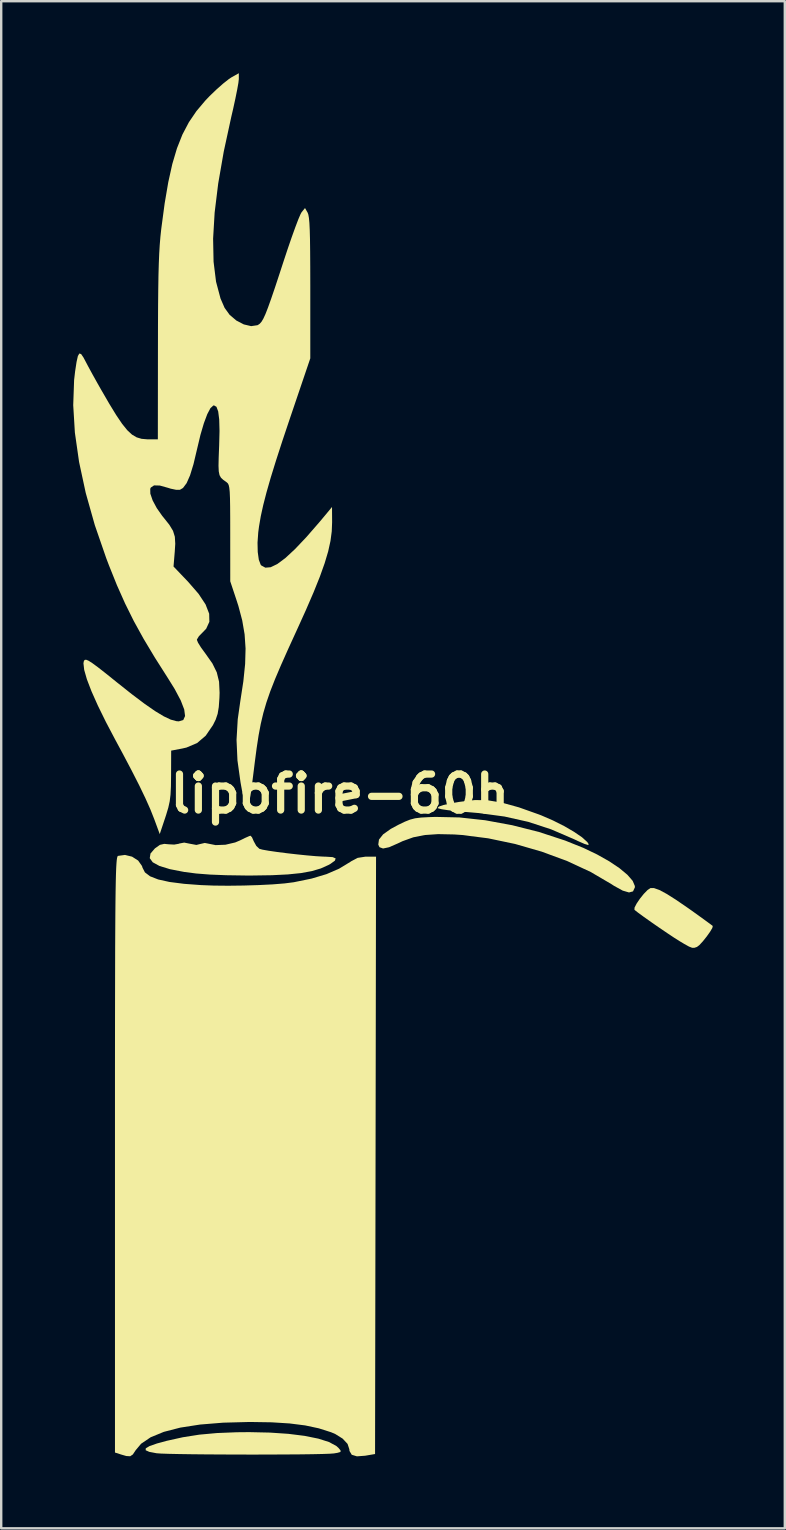
<source format=kicad_pcb>
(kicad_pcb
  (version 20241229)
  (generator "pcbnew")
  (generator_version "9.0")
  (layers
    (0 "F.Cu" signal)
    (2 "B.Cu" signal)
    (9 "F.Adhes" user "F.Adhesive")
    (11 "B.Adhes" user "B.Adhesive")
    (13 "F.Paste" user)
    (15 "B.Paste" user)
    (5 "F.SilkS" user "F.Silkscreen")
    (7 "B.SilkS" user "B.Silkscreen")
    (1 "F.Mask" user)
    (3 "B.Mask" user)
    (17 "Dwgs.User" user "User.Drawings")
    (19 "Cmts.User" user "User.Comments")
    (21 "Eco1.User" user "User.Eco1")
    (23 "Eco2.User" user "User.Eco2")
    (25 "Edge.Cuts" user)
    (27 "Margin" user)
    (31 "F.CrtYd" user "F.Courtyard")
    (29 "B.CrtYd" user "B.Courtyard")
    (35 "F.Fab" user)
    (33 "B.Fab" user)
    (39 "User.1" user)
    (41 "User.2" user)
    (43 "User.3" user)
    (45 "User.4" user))
  (footprint "lipofire-60h"
    (layer "F.Cu")
    (at 11.105 30.014)
    (property "Reference" "lipofire-60h" (at 0 0 0) (layer "F.SilkS") (effects (font (size 1.5 1.5) (thickness 0.3))))
    (attr board_only exclude_from_pos_files exclude_from_bom)
    (fp_poly (pts (xy 6.144 0.269) (xy 6.751 0.37) (xy 7.463 0.567) (xy 8.29 0.861) (xy 8.399 0.903) (xy 8.878 1.111) (xy 9.341 1.344) (xy 9.756 1.585) (xy 10.089 1.813) (xy 10.306 2.009) (xy 10.312 2.016) (xy 10.372 2.108) (xy 10.336 2.133) (xy 10.191 2.089) (xy 9.926 1.973) (xy 9.763 1.896) (xy 8.804 1.483) (xy 7.853 1.171) (xy 6.863 0.949) (xy 5.788 0.804) (xy 5.365 0.768) (xy 4.891 0.728) (xy 4.507 0.685) (xy 4.233 0.643) (xy 4.089 0.604) (xy 4.073 0.59) (xy 4.13 0.533) (xy 4.318 0.468) (xy 4.609 0.402) (xy 4.976 0.339) (xy 5.391 0.286) (xy 5.636 0.262)) (stroke (width 0) (type solid)) (fill yes) (layer "F.SilkS"))
    (fp_poly (pts (xy 13.087 3.929) (xy 13.306 4.006) (xy 13.608 4.167) (xy 14.006 4.418) (xy 14.51 4.764) (xy 14.673 4.879) (xy 14.986 5.104) (xy 15.251 5.296) (xy 15.442 5.436) (xy 15.533 5.505) (xy 15.535 5.508) (xy 15.517 5.59) (xy 15.422 5.75) (xy 15.28 5.949) (xy 15.122 6.147) (xy 14.976 6.305) (xy 14.876 6.381) (xy 14.77 6.416) (xy 14.673 6.415) (xy 14.546 6.366) (xy 14.348 6.256) (xy 14.164 6.146) (xy 13.94 6.005) (xy 13.644 5.808) (xy 13.308 5.58) (xy 12.969 5.345) (xy 12.66 5.126) (xy 12.416 4.947) (xy 12.273 4.835) (xy 12.276 4.743) (xy 12.362 4.576) (xy 12.5 4.372) (xy 12.662 4.17) (xy 12.819 4.009) (xy 12.941 3.928)) (stroke (width 0) (type solid)) (fill yes) (layer "F.SilkS"))
    (fp_poly (pts (xy -2.915 26.61) (xy -2.142 26.662) (xy -1.464 26.747) (xy -0.895 26.862) (xy -0.45 27.003) (xy -0.142 27.17) (xy -0.05 27.254) (xy 0.034 27.36) (xy 0.027 27.417) (xy -0.097 27.453) (xy -0.249 27.478) (xy -0.413 27.49) (xy -0.714 27.501) (xy -1.133 27.51) (xy -1.647 27.517) (xy -2.236 27.521) (xy -2.879 27.524) (xy -3.555 27.526) (xy -4.243 27.525) (xy -4.922 27.522) (xy -5.571 27.518) (xy -6.168 27.512) (xy -6.694 27.504) (xy -7.127 27.495) (xy -7.446 27.484) (xy -7.63 27.471) (xy -7.637 27.47) (xy -7.937 27.413) (xy -8.086 27.346) (xy -8.084 27.266) (xy -7.928 27.173) (xy -7.618 27.064) (xy -7.218 26.955) (xy -6.538 26.804) (xy -5.852 26.696) (xy -5.118 26.629) (xy -4.294 26.596) (xy -3.77 26.591)) (stroke (width 0) (type solid)) (fill yes) (layer "F.SilkS"))
    (fp_poly (pts (xy 4.981 0.986) (xy 6.059 1.104) (xy 7.18 1.31) (xy 8.303 1.594) (xy 9.388 1.95) (xy 10.147 2.255) (xy 10.716 2.528) (xy 11.222 2.813) (xy 11.649 3.1) (xy 11.98 3.376) (xy 12.199 3.628) (xy 12.29 3.843) (xy 12.29 3.901) (xy 12.213 4.066) (xy 12.046 4.111) (xy 11.783 4.034) (xy 11.423 3.836) (xy 11.311 3.763) (xy 10.45 3.258) (xy 9.471 2.803) (xy 8.409 2.411) (xy 7.3 2.091) (xy 6.18 1.856) (xy 5.085 1.717) (xy 4.763 1.695) (xy 4.096 1.681) (xy 3.542 1.719) (xy 3.061 1.814) (xy 2.614 1.975) (xy 2.41 2.071) (xy 2.051 2.228) (xy 1.801 2.28) (xy 1.652 2.226) (xy 1.602 2.118) (xy 1.631 1.908) (xy 1.802 1.692) (xy 2.122 1.464) (xy 2.435 1.295) (xy 2.707 1.164) (xy 2.925 1.077) (xy 3.135 1.022) (xy 3.383 0.991) (xy 3.716 0.973) (xy 3.983 0.964)) (stroke (width 0) (type solid)) (fill yes) (layer "F.SilkS"))
    (fp_poly (pts (xy -3.659 1.813) (xy -3.588 1.973) (xy -3.586 1.978) (xy -3.478 2.173) (xy -3.35 2.293) (xy -3.222 2.328) (xy -2.969 2.373) (xy -2.624 2.423) (xy -2.22 2.475) (xy -1.792 2.524) (xy -1.371 2.567) (xy -0.992 2.6) (xy -0.688 2.618) (xy -0.578 2.621) (xy -0.299 2.639) (xy -0.174 2.693) (xy -0.204 2.785) (xy -0.386 2.918) (xy -0.477 2.969) (xy -0.79 3.11) (xy -1.164 3.221) (xy -1.617 3.304) (xy -2.167 3.36) (xy -2.833 3.393) (xy -3.632 3.405) (xy -3.929 3.405) (xy -4.735 3.393) (xy -5.411 3.366) (xy -5.984 3.321) (xy -6.482 3.257) (xy -6.485 3.256) (xy -7.077 3.141) (xy -7.513 3.007) (xy -7.793 2.854) (xy -7.917 2.682) (xy -7.886 2.489) (xy -7.701 2.275) (xy -7.692 2.268) (xy -7.493 2.128) (xy -7.311 2.087) (xy -7.138 2.104) (xy -6.9 2.117) (xy -6.706 2.083) (xy -6.686 2.073) (xy -6.483 2.034) (xy -6.237 2.083) (xy -5.974 2.132) (xy -5.808 2.091) (xy -5.625 2.049) (xy -5.517 2.07) (xy -5.173 2.139) (xy -4.764 2.123) (xy -4.358 2.028) (xy -4.161 1.945) (xy -3.936 1.835) (xy -3.772 1.763) (xy -3.719 1.747)) (stroke (width 0) (type solid)) (fill yes) (layer "F.SilkS"))
    (fp_poly (pts (xy -8.654 2.62) (xy -8.401 2.782) (xy -8.24 3.009) (xy -8.219 3.079) (xy -8.118 3.275) (xy -7.903 3.438) (xy -7.565 3.57) (xy -7.095 3.674) (xy -6.485 3.752) (xy -5.788 3.804) (xy -5.251 3.825) (xy -4.647 3.831) (xy -4.013 3.823) (xy -3.387 3.804) (xy -2.806 3.775) (xy -2.307 3.735) (xy -1.929 3.687) (xy -1.921 3.686) (xy -1.175 3.533) (xy -0.555 3.348) (xy -0.03 3.121) (xy 0.433 2.84) (xy 0.468 2.815) (xy 0.743 2.67) (xy 1.068 2.62) (xy 1.123 2.619) (xy 1.509 2.619) (xy 1.489 15.061) (xy 1.468 27.503) (xy 1.053 27.574) (xy 0.712 27.599) (xy 0.497 27.534) (xy 0.403 27.376) (xy 0.397 27.306) (xy 0.323 27.082) (xy 0.117 26.861) (xy -0.193 26.668) (xy -0.365 26.595) (xy -0.878 26.432) (xy -1.445 26.311) (xy -2.093 26.229) (xy -2.845 26.182) (xy -3.728 26.168) (xy -3.77 26.168) (xy -4.86 26.197) (xy -5.819 26.275) (xy -6.645 26.403) (xy -7.332 26.58) (xy -7.878 26.804) (xy -8.278 27.075) (xy -8.504 27.345) (xy -8.621 27.521) (xy -8.733 27.596) (xy -8.894 27.586) (xy -9.108 27.524) (xy -9.366 27.441) (xy -9.366 15.039) (xy -9.366 13.389) (xy -9.366 11.89) (xy -9.365 10.536) (xy -9.364 9.319) (xy -9.362 8.231) (xy -9.36 7.266) (xy -9.358 6.417) (xy -9.354 5.676) (xy -9.35 5.036) (xy -9.345 4.489) (xy -9.339 4.029) (xy -9.332 3.648) (xy -9.324 3.339) (xy -9.315 3.095) (xy -9.304 2.909) (xy -9.293 2.773) (xy -9.28 2.68) (xy -9.265 2.622) (xy -9.249 2.594) (xy -9.241 2.588) (xy -8.95 2.548)) (stroke (width 0) (type solid)) (fill yes) (layer "F.SilkS"))
    (fp_poly (pts (xy -4.207 -29.769) (xy -4.225 -29.611) (xy -4.275 -29.331) (xy -4.35 -28.959) (xy -4.444 -28.527) (xy -4.521 -28.196) (xy -4.835 -26.749) (xy -5.066 -25.419) (xy -5.214 -24.21) (xy -5.278 -23.124) (xy -5.259 -22.164) (xy -5.156 -21.331) (xy -4.969 -20.629) (xy -4.8 -20.241) (xy -4.591 -19.951) (xy -4.312 -19.714) (xy -4 -19.551) (xy -3.693 -19.479) (xy -3.43 -19.518) (xy -3.405 -19.531) (xy -3.333 -19.581) (xy -3.262 -19.662) (xy -3.186 -19.79) (xy -3.098 -19.98) (xy -2.993 -20.249) (xy -2.863 -20.612) (xy -2.702 -21.083) (xy -2.505 -21.681) (xy -2.348 -22.163) (xy -2.173 -22.691) (xy -2.006 -23.177) (xy -1.855 -23.596) (xy -1.729 -23.927) (xy -1.635 -24.146) (xy -1.593 -24.222) (xy -1.45 -24.398) (xy -1.34 -24.205) (xy -1.311 -24.124) (xy -1.287 -23.986) (xy -1.267 -23.778) (xy -1.253 -23.485) (xy -1.242 -23.092) (xy -1.236 -22.585) (xy -1.232 -21.949) (xy -1.23 -21.171) (xy -1.23 -21.074) (xy -1.23 -18.137) (xy -2.078 -15.637) (xy -2.397 -14.686) (xy -2.662 -13.867) (xy -2.88 -13.162) (xy -3.054 -12.554) (xy -3.19 -12.026) (xy -3.292 -11.562) (xy -3.364 -11.144) (xy -3.398 -10.888) (xy -3.428 -10.46) (xy -3.419 -10.069) (xy -3.375 -9.752) (xy -3.298 -9.544) (xy -3.272 -9.511) (xy -3.102 -9.418) (xy -2.881 -9.436) (xy -2.605 -9.569) (xy -2.268 -9.819) (xy -1.865 -10.193) (xy -1.392 -10.692) (xy -0.844 -11.322) (xy -0.619 -11.591) (xy -0.325 -11.946) (xy -0.321 -11.309) (xy -0.336 -10.93) (xy -0.389 -10.531) (xy -0.485 -10.095) (xy -0.631 -9.605) (xy -0.831 -9.044) (xy -1.092 -8.394) (xy -1.419 -7.638) (xy -1.787 -6.826) (xy -2.149 -6.034) (xy -2.449 -5.361) (xy -2.696 -4.781) (xy -2.896 -4.27) (xy -3.057 -3.805) (xy -3.187 -3.36) (xy -3.293 -2.911) (xy -3.383 -2.434) (xy -3.464 -1.904) (xy -3.544 -1.296) (xy -3.576 -1.034) (xy -3.655 -0.41) (xy -3.72 0.06) (xy -3.777 0.38) (xy -3.83 0.555) (xy -3.881 0.587) (xy -3.937 0.482) (xy -3.999 0.243) (xy -4.073 -0.127) (xy -4.136 -0.476) (xy -4.264 -1.392) (xy -4.302 -2.245) (xy -4.252 -3.104) (xy -4.146 -3.85) (xy -4.018 -4.687) (xy -3.944 -5.408) (xy -3.926 -6.049) (xy -3.966 -6.641) (xy -4.065 -7.22) (xy -4.224 -7.82) (xy -4.31 -8.086) (xy -4.564 -8.85) (xy -4.565 -10.862) (xy -4.566 -11.479) (xy -4.569 -11.957) (xy -4.575 -12.315) (xy -4.586 -12.572) (xy -4.604 -12.747) (xy -4.629 -12.859) (xy -4.663 -12.927) (xy -4.709 -12.971) (xy -4.724 -12.982) (xy -4.857 -13.077) (xy -4.95 -13.164) (xy -5.011 -13.273) (xy -5.043 -13.43) (xy -5.053 -13.662) (xy -5.046 -13.997) (xy -5.028 -14.462) (xy -5.027 -14.482) (xy -5.011 -15.112) (xy -5.024 -15.591) (xy -5.066 -15.924) (xy -5.138 -16.118) (xy -5.24 -16.177) (xy -5.269 -16.172) (xy -5.389 -16.063) (xy -5.521 -15.813) (xy -5.662 -15.437) (xy -5.805 -14.951) (xy -5.943 -14.372) (xy -5.951 -14.338) (xy -6.096 -13.727) (xy -6.238 -13.264) (xy -6.382 -12.938) (xy -6.532 -12.738) (xy -6.658 -12.663) (xy -6.817 -12.661) (xy -7.047 -12.709) (xy -7.14 -12.739) (xy -7.497 -12.839) (xy -7.738 -12.845) (xy -7.873 -12.755) (xy -7.897 -12.702) (xy -7.893 -12.5) (xy -7.797 -12.22) (xy -7.625 -11.899) (xy -7.396 -11.573) (xy -7.349 -11.516) (xy -7.101 -11.204) (xy -6.948 -10.952) (xy -6.872 -10.706) (xy -6.855 -10.413) (xy -6.875 -10.091) (xy -6.927 -9.466) (xy -6.322 -8.833) (xy -5.885 -8.33) (xy -5.592 -7.887) (xy -5.442 -7.5) (xy -5.434 -7.163) (xy -5.567 -6.873) (xy -5.718 -6.717) (xy -5.87 -6.562) (xy -5.95 -6.43) (xy -5.953 -6.409) (xy -5.907 -6.295) (xy -5.786 -6.099) (xy -5.615 -5.863) (xy -5.602 -5.846) (xy -5.309 -5.431) (xy -5.125 -5.057) (xy -5.03 -4.668) (xy -5.008 -4.206) (xy -5.015 -3.991) (xy -5.042 -3.611) (xy -5.089 -3.33) (xy -5.17 -3.09) (xy -5.282 -2.864) (xy -5.586 -2.419) (xy -5.946 -2.112) (xy -6.387 -1.925) (xy -6.557 -1.886) (xy -7.025 -1.797) (xy -7.029 -0.759) (xy -7.035 -0.307) (xy -7.052 0.035) (xy -7.086 0.314) (xy -7.144 0.577) (xy -7.232 0.871) (xy -7.267 0.979) (xy -7.501 1.68) (xy -7.73 1.058) (xy -7.89 0.653) (xy -8.096 0.191) (xy -8.354 -0.346) (xy -8.674 -0.974) (xy -9.063 -1.711) (xy -9.341 -2.226) (xy -9.743 -2.989) (xy -10.079 -3.674) (xy -10.345 -4.271) (xy -10.536 -4.769) (xy -10.648 -5.161) (xy -10.679 -5.434) (xy -10.662 -5.525) (xy -10.629 -5.574) (xy -10.57 -5.584) (xy -10.468 -5.543) (xy -10.31 -5.442) (xy -10.077 -5.271) (xy -9.755 -5.019) (xy -9.328 -4.676) (xy -9.299 -4.652) (xy -8.665 -4.149) (xy -8.134 -3.749) (xy -7.695 -3.444) (xy -7.334 -3.226) (xy -7.042 -3.088) (xy -6.806 -3.024) (xy -6.708 -3.016) (xy -6.521 -3.072) (xy -6.446 -3.238) (xy -6.481 -3.51) (xy -6.626 -3.887) (xy -6.88 -4.365) (xy -7.155 -4.808) (xy -7.707 -5.676) (xy -8.177 -6.461) (xy -8.584 -7.199) (xy -8.946 -7.929) (xy -9.284 -8.687) (xy -9.616 -9.513) (xy -9.73 -9.813) (xy -10.206 -11.191) (xy -10.584 -12.532) (xy -10.861 -13.821) (xy -11.036 -15.044) (xy -11.105 -16.187) (xy -11.068 -17.235) (xy -11.026 -17.595) (xy -10.966 -17.989) (xy -10.911 -18.233) (xy -10.85 -18.339) (xy -10.776 -18.316) (xy -10.679 -18.174) (xy -10.606 -18.037) (xy -10.478 -17.794) (xy -10.298 -17.463) (xy -10.093 -17.096) (xy -9.954 -16.851) (xy -9.605 -16.249) (xy -9.314 -15.773) (xy -9.068 -15.409) (xy -8.853 -15.143) (xy -8.656 -14.96) (xy -8.462 -14.846) (xy -8.258 -14.785) (xy -8.03 -14.765) (xy -7.968 -14.764) (xy -7.58 -14.764) (xy -7.576 -18.594) (xy -7.574 -19.539) (xy -7.57 -20.344) (xy -7.563 -21.024) (xy -7.554 -21.599) (xy -7.54 -22.086) (xy -7.523 -22.502) (xy -7.501 -22.865) (xy -7.474 -23.193) (xy -7.441 -23.502) (xy -7.432 -23.574) (xy -7.296 -24.593) (xy -7.146 -25.473) (xy -6.978 -26.231) (xy -6.783 -26.888) (xy -6.556 -27.461) (xy -6.288 -27.971) (xy -5.973 -28.435) (xy -5.604 -28.873) (xy -5.425 -29.061) (xy -5.141 -29.334) (xy -4.862 -29.581) (xy -4.625 -29.768) (xy -4.517 -29.84) (xy -4.207 -30.014)) (stroke (width 0) (type solid)) (fill yes) (layer "F.SilkS")))
  (gr_rect
    (start -3 -3)
    (end 29.641 60.613)
    (stroke (width 0.1) (type default))
    (fill no)
    (layer "Edge.Cuts")))
</source>
